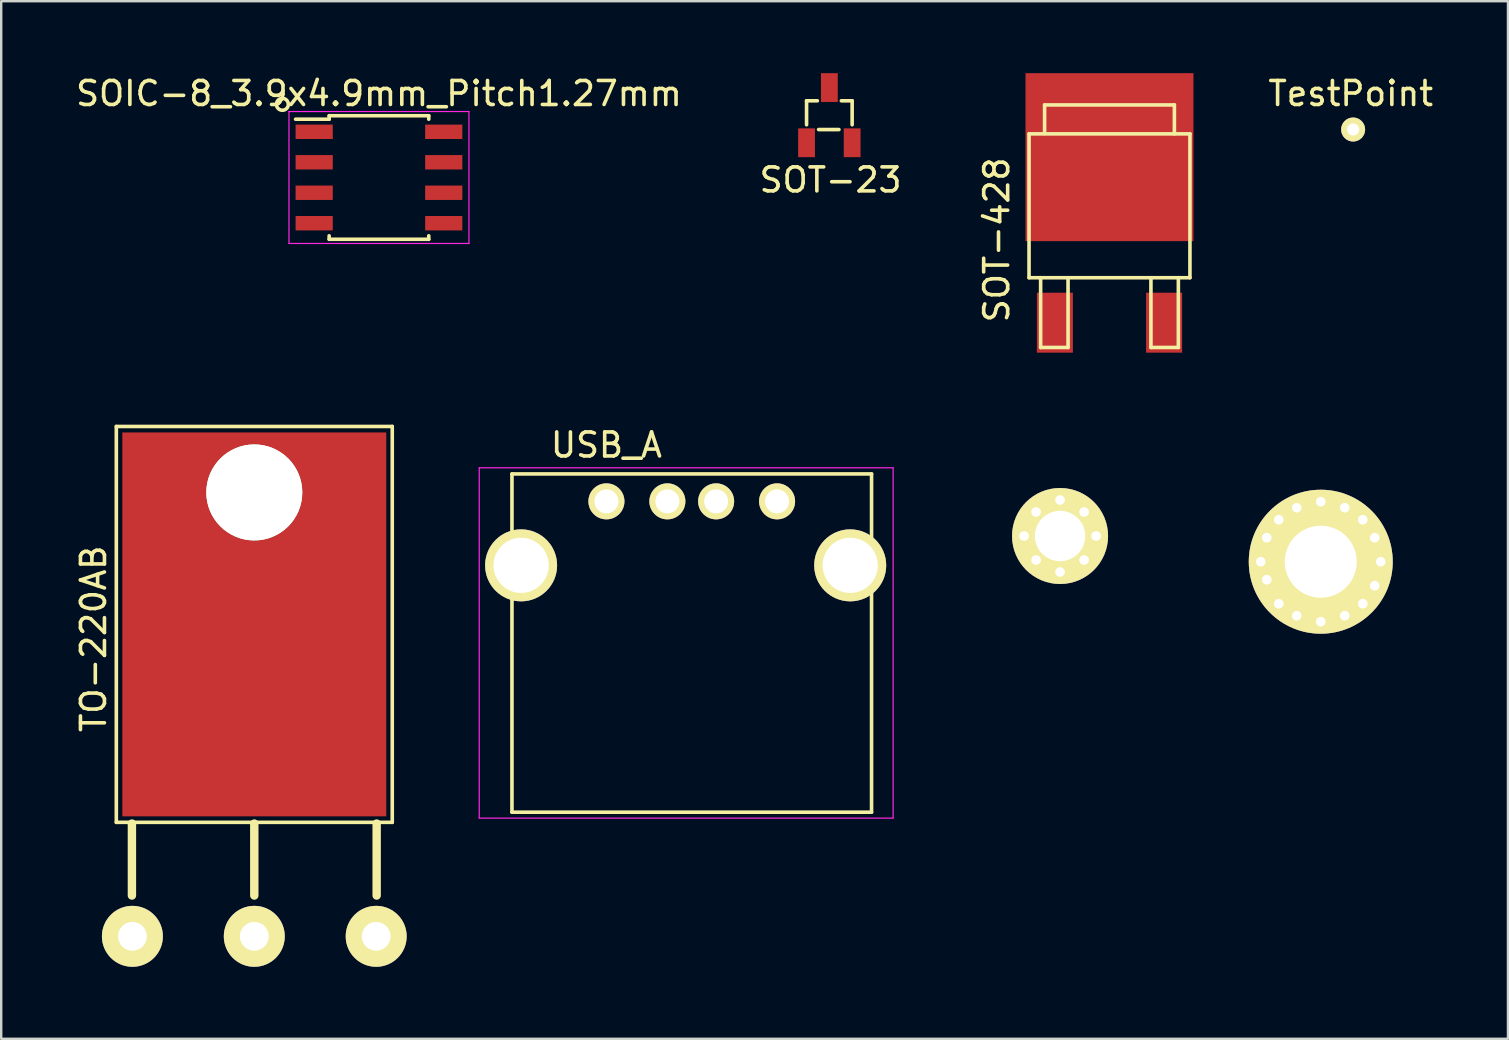
<source format=kicad_pcb>
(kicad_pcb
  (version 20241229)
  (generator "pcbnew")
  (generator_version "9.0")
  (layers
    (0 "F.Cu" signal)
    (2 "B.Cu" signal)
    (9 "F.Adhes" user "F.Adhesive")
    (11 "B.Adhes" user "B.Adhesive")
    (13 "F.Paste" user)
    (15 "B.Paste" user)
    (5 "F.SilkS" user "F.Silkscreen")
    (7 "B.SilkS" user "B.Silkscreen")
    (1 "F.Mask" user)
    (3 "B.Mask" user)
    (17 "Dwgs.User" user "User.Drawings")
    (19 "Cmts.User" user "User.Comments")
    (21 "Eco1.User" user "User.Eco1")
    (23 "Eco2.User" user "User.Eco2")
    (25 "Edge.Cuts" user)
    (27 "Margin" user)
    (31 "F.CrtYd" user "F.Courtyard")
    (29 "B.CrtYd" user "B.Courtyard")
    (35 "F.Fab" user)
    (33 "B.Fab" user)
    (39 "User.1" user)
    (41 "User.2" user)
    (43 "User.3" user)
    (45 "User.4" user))
  (footprint "SOIC-8_3.9x4.9mm_Pitch1.27mm"
    (layer "F.Cu")
    (at 12.744 4.348)
    (property "Reference" "SOIC-8_3.9x4.9mm_Pitch1.27mm" (at 0 -3.5 0) (layer "F.SilkS") (effects (font (size 1 1) (thickness 0.15))))
    (attr smd)
    (fp_line (start -2.075 -2.575) (end -2.075 -2.43) (stroke (width 0.15) (type solid)) (layer "F.SilkS"))
    (fp_line (start -2.075 -2.575) (end 2.075 -2.575) (stroke (width 0.15) (type solid)) (layer "F.SilkS"))
    (fp_line (start -2.075 -2.43) (end -3.475 -2.43) (stroke (width 0.15) (type solid)) (layer "F.SilkS"))
    (fp_line (start -2.075 2.575) (end -2.075 2.43) (stroke (width 0.15) (type solid)) (layer "F.SilkS"))
    (fp_line (start -2.075 2.575) (end 2.075 2.575) (stroke (width 0.15) (type solid)) (layer "F.SilkS"))
    (fp_line (start 2.075 -2.575) (end 2.075 -2.43) (stroke (width 0.15) (type solid)) (layer "F.SilkS"))
    (fp_line (start 2.075 2.575) (end 2.075 2.43) (stroke (width 0.15) (type solid)) (layer "F.SilkS"))
    (fp_circle (center -4.025 -3.05) (end -3.85 -2.875) (stroke (width 0.15) (type solid)) (fill no) (layer "F.SilkS"))
    (fp_line (start -3.75 -2.75) (end -3.75 2.75) (stroke (width 0.05) (type solid)) (layer "F.CrtYd"))
    (fp_line (start -3.75 -2.75) (end 3.75 -2.75) (stroke (width 0.05) (type solid)) (layer "F.CrtYd"))
    (fp_line (start -3.75 2.75) (end 3.75 2.75) (stroke (width 0.05) (type solid)) (layer "F.CrtYd"))
    (fp_line (start 3.75 -2.75) (end 3.75 2.75) (stroke (width 0.05) (type solid)) (layer "F.CrtYd"))
    (pad "1" smd rect (at -2.7 -1.905) (size 1.55 0.6) (layers "F.Cu" "F.Mask" "F.Paste"))
    (pad "2" smd rect (at -2.7 -0.635) (size 1.55 0.6) (layers "F.Cu" "F.Mask" "F.Paste"))
    (pad "3" smd rect (at -2.7 0.635) (size 1.55 0.6) (layers "F.Cu" "F.Mask" "F.Paste"))
    (pad "4" smd rect (at -2.7 1.905) (size 1.55 0.6) (layers "F.Cu" "F.Mask" "F.Paste"))
    (pad "5" smd rect (at 2.7 1.905) (size 1.55 0.6) (layers "F.Cu" "F.Mask" "F.Paste"))
    (pad "6" smd rect (at 2.7 0.635) (size 1.55 0.6) (layers "F.Cu" "F.Mask" "F.Paste"))
    (pad "7" smd rect (at 2.7 -0.635) (size 1.55 0.6) (layers "F.Cu" "F.Mask" "F.Paste"))
    (pad "8" smd rect (at 2.7 -1.905) (size 1.55 0.6) (layers "F.Cu" "F.Mask" "F.Paste")))
  (footprint "SOT-23"
    (layer "F.Cu")
    (at 31.515 1.8)
    (property "Reference" "SOT-23" (at 0.05 2.65 0) (layer "F.SilkS") (effects (font (size 1 1) (thickness 0.15))))
    (attr through_hole)
    (fp_line (start -0.95 -0.65) (end -0.95 0.35) (stroke (width 0.15) (type solid)) (layer "F.SilkS"))
    (fp_line (start -0.95 -0.65) (end -0.5 -0.65) (stroke (width 0.15) (type solid)) (layer "F.SilkS"))
    (fp_line (start -0.45 0.55) (end 0.4 0.55) (stroke (width 0.15) (type solid)) (layer "F.SilkS"))
    (fp_line (start 0.95 -0.65) (end 0.5 -0.65) (stroke (width 0.15) (type solid)) (layer "F.SilkS"))
    (fp_line (start 0.95 0.35) (end 0.95 -0.65) (stroke (width 0.15) (type solid)) (layer "F.SilkS"))
    (pad "1" smd rect (at -0.95 1.1) (size 0.7 1.2) (layers "F.Cu" "F.Mask" "F.Paste"))
    (pad "2" smd rect (at 0.95 1.1) (size 0.7 1.2) (layers "F.Cu" "F.Mask" "F.Paste"))
    (pad "3" smd rect (at 0 -1.2) (size 0.7 1.2) (layers "F.Cu" "F.Mask" "F.Paste")))
  (footprint "SOT-428"
    (layer "F.Cu")
    (at 43.19 6.949)
    (property "Reference" "SOT-428" (at -4.699 0 90) (layer "F.SilkS") (effects (font (size 1 1) (thickness 0.15))))
    (attr smd)
    (fp_line (start -3.353 -4.42) (end -3.353 1.575) (stroke (width 0.15) (type solid)) (layer "F.SilkS"))
    (fp_line (start -2.87 1.575) (end -2.87 4.483) (stroke (width 0.15) (type solid)) (layer "F.SilkS"))
    (fp_line (start -2.87 4.483) (end -1.727 4.483) (stroke (width 0.15) (type solid)) (layer "F.SilkS"))
    (fp_line (start -2.705 -5.626) (end 2.705 -5.626) (stroke (width 0.15) (type solid)) (layer "F.SilkS"))
    (fp_line (start -2.705 -4.432) (end -2.705 -5.626) (stroke (width 0.15) (type solid)) (layer "F.SilkS"))
    (fp_line (start -1.727 4.483) (end -1.727 1.575) (stroke (width 0.15) (type solid)) (layer "F.SilkS"))
    (fp_line (start 1.727 1.575) (end 1.727 4.483) (stroke (width 0.15) (type solid)) (layer "F.SilkS"))
    (fp_line (start 1.727 4.483) (end 2.87 4.483) (stroke (width 0.15) (type solid)) (layer "F.SilkS"))
    (fp_line (start 2.705 -5.626) (end 2.705 -4.42) (stroke (width 0.15) (type solid)) (layer "F.SilkS"))
    (fp_line (start 2.87 4.483) (end 2.87 1.575) (stroke (width 0.15) (type solid)) (layer "F.SilkS"))
    (fp_line (start 3.353 -4.42) (end -3.353 -4.42) (stroke (width 0.15) (type solid)) (layer "F.SilkS"))
    (fp_line (start 3.353 1.575) (end -3.353 1.575) (stroke (width 0.15) (type solid)) (layer "F.SilkS"))
    (fp_line (start 3.353 1.575) (end 3.353 -4.42) (stroke (width 0.15) (type solid)) (layer "F.SilkS"))
    (pad "1" smd rect (at -2.276 3.449) (size 1.501 2.499) (layers "F.Cu" "F.Mask" "F.Paste"))
    (pad "2" smd rect (at 0 -3.449) (size 7 7) (layers "F.Cu" "F.Mask" "F.Paste"))
    (pad "3" smd rect (at 2.276 3.449) (size 1.501 2.499) (layers "F.Cu" "F.Mask" "F.Paste")))
  (footprint "VIS_M3"
    (layer "F.Cu")
    (at 51.995 20.361)
    (property "Reference" "VIS_M3" (at 0 -4.572 0) (layer "Eco1.User") (effects (font (size 1.5 1.5) (thickness 0.15))))
    (attr through_hole)
    (pad "1" thru_hole circle (at -2.5 0) (size 0.5 0.5) (drill 0.4) (layers "*.Cu" "*.Mask" "F.SilkS"))
    (pad "1" thru_hole circle (at -2.25 -1) (size 0.5 0.5) (drill 0.4) (layers "*.Cu" "*.Mask" "F.SilkS"))
    (pad "1" thru_hole circle (at -2.25 0.75) (size 0.5 0.5) (drill 0.4) (layers "*.Cu" "*.Mask" "F.SilkS"))
    (pad "1" thru_hole circle (at -1.75 -1.75) (size 0.5 0.5) (drill 0.4) (layers "*.Cu" "*.Mask" "F.SilkS"))
    (pad "1" thru_hole circle (at -1.75 1.75) (size 0.5 0.5) (drill 0.4) (layers "*.Cu" "*.Mask" "F.SilkS"))
    (pad "1" thru_hole circle (at -1 -2.25) (size 0.5 0.5) (drill 0.4) (layers "*.Cu" "*.Mask" "F.SilkS"))
    (pad "1" thru_hole circle (at -1 2.25) (size 0.5 0.5) (drill 0.4) (layers "*.Cu" "*.Mask" "F.SilkS"))
    (pad "1" thru_hole circle (at 0 -2.5) (size 0.5 0.5) (drill 0.4) (layers "*.Cu" "*.Mask" "F.SilkS"))
    (pad "1" thru_hole circle (at 0 0) (size 6 6) (drill 3) (layers "*.Cu" "*.Mask" "F.SilkS"))
    (pad "1" thru_hole circle (at 0 2.5) (size 0.5 0.5) (drill 0.4) (layers "*.Cu" "*.Mask" "F.SilkS"))
    (pad "1" thru_hole circle (at 1 -2.25) (size 0.5 0.5) (drill 0.4) (layers "*.Cu" "*.Mask" "F.SilkS"))
    (pad "1" thru_hole circle (at 1 2.25) (size 0.5 0.5) (drill 0.4) (layers "*.Cu" "*.Mask" "F.SilkS"))
    (pad "1" thru_hole circle (at 1.75 -1.75) (size 0.5 0.5) (drill 0.4) (layers "*.Cu" "*.Mask" "F.SilkS"))
    (pad "1" thru_hole circle (at 1.75 1.75) (size 0.5 0.5) (drill 0.4) (layers "*.Cu" "*.Mask" "F.SilkS"))
    (pad "1" thru_hole circle (at 2.25 -1) (size 0.5 0.5) (drill 0.4) (layers "*.Cu" "*.Mask" "F.SilkS"))
    (pad "1" thru_hole circle (at 2.25 1) (size 0.5 0.5) (drill 0.4) (layers "*.Cu" "*.Mask" "F.SilkS"))
    (pad "1" thru_hole circle (at 2.5 0) (size 0.5 0.5) (drill 0.4) (layers "*.Cu" "*.Mask" "F.SilkS")))
  (footprint "VIS_M2"
    (layer "F.Cu")
    (at 41.13 19.289)
    (property "Reference" "VIS_M2" (at 0 -3.5 0) (layer "Eco1.User") (effects (font (size 1.5 1.5) (thickness 0.15))))
    (attr through_hole)
    (pad "1" thru_hole circle (at -1.5 0) (size 0.5 0.5) (drill 0.4) (layers "*.Cu" "*.Mask" "F.SilkS"))
    (pad "1" thru_hole circle (at -1 -1) (size 0.5 0.5) (drill 0.4) (layers "*.Cu" "*.Mask" "F.SilkS"))
    (pad "1" thru_hole circle (at -1 1) (size 0.5 0.5) (drill 0.4) (layers "*.Cu" "*.Mask" "F.SilkS"))
    (pad "1" thru_hole circle (at 0 -1.5) (size 0.5 0.5) (drill 0.4) (layers "*.Cu" "*.Mask" "F.SilkS"))
    (pad "1" thru_hole circle (at 0 0) (size 4 4) (drill 2.1) (layers "*.Cu" "*.Mask" "F.SilkS"))
    (pad "1" thru_hole circle (at 0 1.5) (size 0.5 0.5) (drill 0.4) (layers "*.Cu" "*.Mask" "F.SilkS"))
    (pad "1" thru_hole circle (at 1 -1) (size 0.5 0.5) (drill 0.4) (layers "*.Cu" "*.Mask" "F.SilkS"))
    (pad "1" thru_hole circle (at 1 1) (size 0.5 0.5) (drill 0.4) (layers "*.Cu" "*.Mask" "F.SilkS"))
    (pad "1" thru_hole circle (at 1.5 0) (size 0.5 0.5) (drill 0.4) (layers "*.Cu" "*.Mask" "F.SilkS")))
  (footprint "USB_A"
    (layer "F.Cu")
    (at 22.223 17.847)
    (property "Reference" "USB_A" (at 0 -2.35 0) (layer "F.SilkS") (effects (font (size 1 1) (thickness 0.15))))
    (attr through_hole)
    (fp_line (start -3.936 12.952) (end -3.936 -1.145) (stroke (width 0.15) (type solid)) (layer "F.SilkS"))
    (fp_line (start 11.05 -1.145) (end -3.936 -1.145) (stroke (width 0.15) (type solid)) (layer "F.SilkS"))
    (fp_line (start 11.05 -1.145) (end 11.05 12.952) (stroke (width 0.15) (type solid)) (layer "F.SilkS"))
    (fp_line (start 11.05 12.952) (end -3.936 12.952) (stroke (width 0.15) (type solid)) (layer "F.SilkS"))
    (fp_line (start -5.3 -1.4) (end 11.95 -1.4) (stroke (width 0.05) (type solid)) (layer "F.CrtYd"))
    (fp_line (start -5.3 13.2) (end -5.3 -1.4) (stroke (width 0.05) (type solid)) (layer "F.CrtYd"))
    (fp_line (start -5.3 13.2) (end 11.95 13.2) (stroke (width 0.05) (type solid)) (layer "F.CrtYd"))
    (fp_line (start 11.95 -1.4) (end 11.95 13.2) (stroke (width 0.05) (type solid)) (layer "F.CrtYd"))
    (pad "1" thru_hole circle (at 0.001 -0.002 270) (size 1.501 1.501) (drill 1.001) (layers "*.Cu" "*.Mask" "F.SilkS"))
    (pad "2" thru_hole circle (at 2.541 -0.002 270) (size 1.501 1.501) (drill 1.001) (layers "*.Cu" "*.Mask" "F.SilkS"))
    (pad "3" thru_hole circle (at 4.573 -0.002 270) (size 1.501 1.501) (drill 1.001) (layers "*.Cu" "*.Mask" "F.SilkS"))
    (pad "4" thru_hole circle (at 7.113 -0.002 270) (size 1.501 1.501) (drill 1.001) (layers "*.Cu" "*.Mask" "F.SilkS"))
    (pad "5" thru_hole circle (at -3.555 2.665 270) (size 3 3) (drill 2.301) (layers "*.Cu" "*.Mask" "F.SilkS"))
    (pad "6" thru_hole circle (at 10.161 2.665 270) (size 3 3) (drill 2.301) (layers "*.Cu" "*.Mask" "F.SilkS")))
  (footprint "TO-220AB"
    (layer "F.Cu")
    (at 7.548 24.573)
    (property "Reference" "TO-220AB" (at -6.7 -1 90) (layer "F.SilkS") (effects (font (size 1 1) (thickness 0.15))))
    (attr through_hole)
    (fp_line (start -5.75 -9.85) (end 5.75 -9.85) (stroke (width 0.15) (type solid)) (layer "F.SilkS"))
    (fp_line (start -5.75 6.65) (end -5.75 -9.85) (stroke (width 0.15) (type solid)) (layer "F.SilkS"))
    (fp_line (start -5.1 9.7) (end -5.1 6.7) (stroke (width 0.35) (type solid)) (layer "F.SilkS"))
    (fp_line (start 0 9.7) (end 0 6.7) (stroke (width 0.35) (type solid)) (layer "F.SilkS"))
    (fp_line (start 5.1 9.7) (end 5.1 6.7) (stroke (width 0.35) (type solid)) (layer "F.SilkS"))
    (fp_line (start 5.75 -9.85) (end 5.75 6.65) (stroke (width 0.15) (type solid)) (layer "F.SilkS"))
    (fp_line (start 5.75 6.65) (end -5.75 6.65) (stroke (width 0.15) (type solid)) (layer "F.SilkS"))
    (pad "D" thru_hole circle (at 0 -7.1) (size 4 4) (drill 4) (layers "*.Cu" "*.Mask" "F.SilkS"))
    (pad "D" smd rect (at 0 -1.6) (size 11 16) (layers "F.Cu" "F.Mask" "F.Paste"))
    (pad "D" thru_hole circle (at 0 11.4) (size 2.54 2.54) (drill 1.2) (layers "*.Cu" "*.Mask" "F.SilkS"))
    (pad "G" thru_hole circle (at -5.08 11.4) (size 2.54 2.54) (drill 1.2) (layers "*.Cu" "*.Mask" "F.SilkS"))
    (pad "S" thru_hole circle (at 5.08 11.4) (size 2.54 2.54) (drill 1.2) (layers "*.Cu" "*.Mask" "F.SilkS")))
  (footprint "TestPoint"
    (layer "F.Cu")
    (at 53.344 2.348)
    (property "Reference" "TestPoint" (at -0.1 -1.5 0) (layer "F.SilkS") (effects (font (size 1 1) (thickness 0.15))))
    (attr through_hole)
    (pad "1" thru_hole circle (at 0 0) (size 1 1) (drill 0.5) (layers "*.Cu" "*.Mask" "F.SilkS")))
  (gr_rect
    (start -3 -3)
    (end 59.797 40.243)
    (stroke (width 0.1) (type default))
    (fill no)
    (layer "Edge.Cuts")))
</source>
